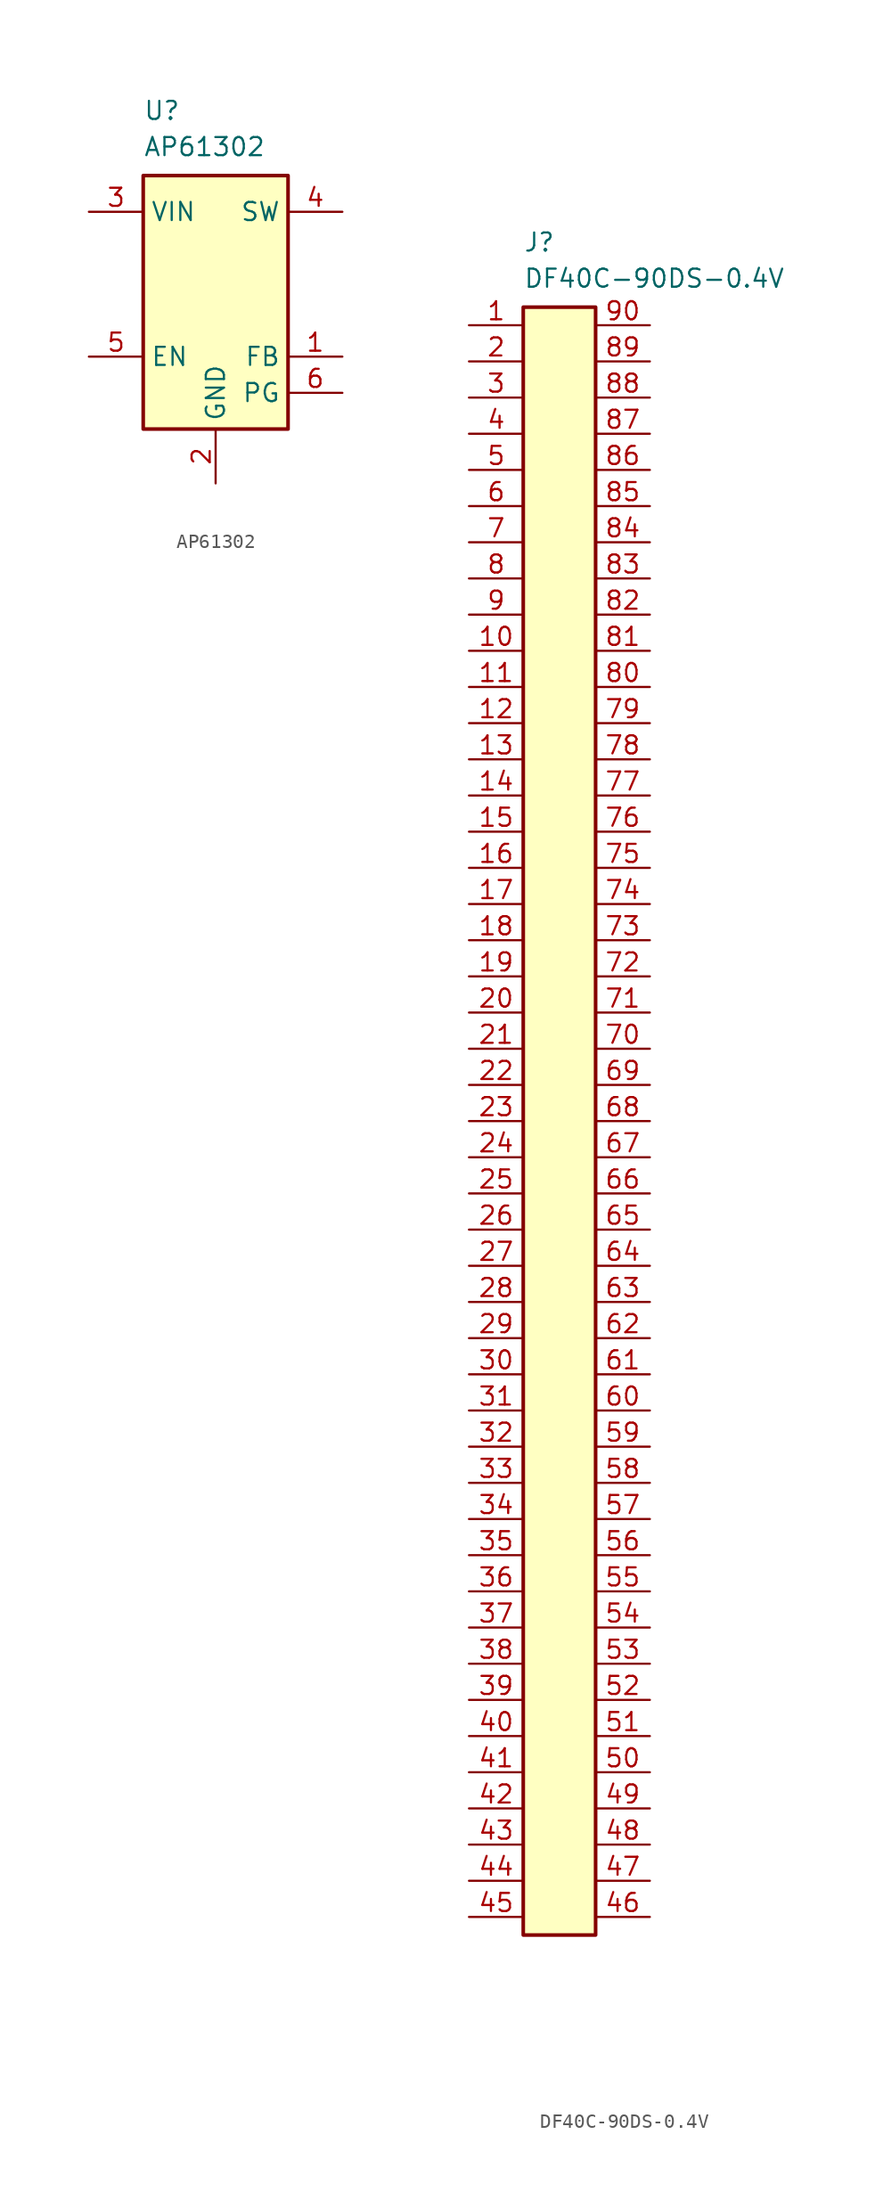
<source format=kicad_sym>
(kicad_symbol_lib
  (version 20241209)
  (generator "kicad_symbol_editor")
  (generator_version "9.0")
  (symbol "AP61302"
    (property "Reference" "U"
      (at 0 3.81 0)
      (effects (font (size 1.27 1.27)) (justify left bottom)))
    (property "Value" "AP61302"
      (at 0 1.27 0)
      (effects (font (size 1.27 1.27)) (justify left bottom)))
    (symbol "AP61302_0_1"
      (rectangle (start 0 0) (end 10.16 -17.78) (stroke (width 0.254) (type default)) (fill (type background))))
    (symbol "AP61302_1_1"
      (pin passive line (at -3.81 -2.54 0) (length 3.81) (name "VIN" (effects (font (size 1.27 1.27)))) (number "3" (effects (font (size 1.27 1.27)))))
      (pin passive line (at -3.81 -12.7 0) (length 3.81) (name "EN" (effects (font (size 1.27 1.27)))) (number "5" (effects (font (size 1.27 1.27)))))
      (pin passive line (at 5.08 -21.59 90) (length 3.81) (name "GND" (effects (font (size 1.27 1.27)))) (number "2" (effects (font (size 1.27 1.27)))))
      (pin passive line (at 13.97 -2.54 180) (length 3.81) (name "SW" (effects (font (size 1.27 1.27)))) (number "4" (effects (font (size 1.27 1.27)))))
      (pin passive line (at 13.97 -12.7 180) (length 3.81) (name "FB" (effects (font (size 1.27 1.27)))) (number "1" (effects (font (size 1.27 1.27)))))
      (pin open_collector line (at 13.97 -15.24 180) (length 3.81) (name "PG" (effects (font (size 1.27 1.27)))) (number "6" (effects (font (size 1.27 1.27)))))))
  (symbol "DF40C-90DS-0.4V"
    (property "Reference" "J"
      (at 0 3.81 0)
      (effects (font (size 1.27 1.27)) (justify left bottom)))
    (property "Value" "DF40C-90DS-0.4V"
      (at 0 1.27 0)
      (effects (font (size 1.27 1.27)) (justify left bottom)))
    (symbol "DF40C-90DS-0.4V_0_1"
      (rectangle (start 0 0) (end 5.08 -114.3) (stroke (width 0.254) (type default)) (fill (type background))))
    (symbol "DF40C-90DS-0.4V_1_1"
      (pin passive line (at -3.81 -1.27 0) (length 3.81) (name "" (effects (font (size 1.27 1.27)))) (number "1" (effects (font (size 1.27 1.27)))))
      (pin passive line (at -3.81 -3.81 0) (length 3.81) (name "" (effects (font (size 1.27 1.27)))) (number "2" (effects (font (size 1.27 1.27)))))
      (pin passive line (at -3.81 -6.35 0) (length 3.81) (name "" (effects (font (size 1.27 1.27)))) (number "3" (effects (font (size 1.27 1.27)))))
      (pin passive line (at -3.81 -8.89 0) (length 3.81) (name "" (effects (font (size 1.27 1.27)))) (number "4" (effects (font (size 1.27 1.27)))))
      (pin passive line (at -3.81 -11.43 0) (length 3.81) (name "" (effects (font (size 1.27 1.27)))) (number "5" (effects (font (size 1.27 1.27)))))
      (pin passive line (at -3.81 -13.97 0) (length 3.81) (name "" (effects (font (size 1.27 1.27)))) (number "6" (effects (font (size 1.27 1.27)))))
      (pin passive line (at -3.81 -16.51 0) (length 3.81) (name "" (effects (font (size 1.27 1.27)))) (number "7" (effects (font (size 1.27 1.27)))))
      (pin passive line (at -3.81 -19.05 0) (length 3.81) (name "" (effects (font (size 1.27 1.27)))) (number "8" (effects (font (size 1.27 1.27)))))
      (pin passive line (at -3.81 -21.59 0) (length 3.81) (name "" (effects (font (size 1.27 1.27)))) (number "9" (effects (font (size 1.27 1.27)))))
      (pin passive line (at -3.81 -24.13 0) (length 3.81) (name "" (effects (font (size 1.27 1.27)))) (number "10" (effects (font (size 1.27 1.27)))))
      (pin passive line (at -3.81 -26.67 0) (length 3.81) (name "" (effects (font (size 1.27 1.27)))) (number "11" (effects (font (size 1.27 1.27)))))
      (pin passive line (at -3.81 -29.21 0) (length 3.81) (name "" (effects (font (size 1.27 1.27)))) (number "12" (effects (font (size 1.27 1.27)))))
      (pin passive line (at -3.81 -31.75 0) (length 3.81) (name "" (effects (font (size 1.27 1.27)))) (number "13" (effects (font (size 1.27 1.27)))))
      (pin passive line (at -3.81 -34.29 0) (length 3.81) (name "" (effects (font (size 1.27 1.27)))) (number "14" (effects (font (size 1.27 1.27)))))
      (pin passive line (at -3.81 -36.83 0) (length 3.81) (name "" (effects (font (size 1.27 1.27)))) (number "15" (effects (font (size 1.27 1.27)))))
      (pin passive line (at -3.81 -39.37 0) (length 3.81) (name "" (effects (font (size 1.27 1.27)))) (number "16" (effects (font (size 1.27 1.27)))))
      (pin passive line (at -3.81 -41.91 0) (length 3.81) (name "" (effects (font (size 1.27 1.27)))) (number "17" (effects (font (size 1.27 1.27)))))
      (pin passive line (at -3.81 -44.45 0) (length 3.81) (name "" (effects (font (size 1.27 1.27)))) (number "18" (effects (font (size 1.27 1.27)))))
      (pin passive line (at -3.81 -46.99 0) (length 3.81) (name "" (effects (font (size 1.27 1.27)))) (number "19" (effects (font (size 1.27 1.27)))))
      (pin passive line (at -3.81 -49.53 0) (length 3.81) (name "" (effects (font (size 1.27 1.27)))) (number "20" (effects (font (size 1.27 1.27)))))
      (pin passive line (at -3.81 -52.07 0) (length 3.81) (name "" (effects (font (size 1.27 1.27)))) (number "21" (effects (font (size 1.27 1.27)))))
      (pin passive line (at -3.81 -54.61 0) (length 3.81) (name "" (effects (font (size 1.27 1.27)))) (number "22" (effects (font (size 1.27 1.27)))))
      (pin passive line (at -3.81 -57.15 0) (length 3.81) (name "" (effects (font (size 1.27 1.27)))) (number "23" (effects (font (size 1.27 1.27)))))
      (pin passive line (at -3.81 -59.69 0) (length 3.81) (name "" (effects (font (size 1.27 1.27)))) (number "24" (effects (font (size 1.27 1.27)))))
      (pin passive line (at -3.81 -62.23 0) (length 3.81) (name "" (effects (font (size 1.27 1.27)))) (number "25" (effects (font (size 1.27 1.27)))))
      (pin passive line (at -3.81 -64.77 0) (length 3.81) (name "" (effects (font (size 1.27 1.27)))) (number "26" (effects (font (size 1.27 1.27)))))
      (pin passive line (at -3.81 -67.31 0) (length 3.81) (name "" (effects (font (size 1.27 1.27)))) (number "27" (effects (font (size 1.27 1.27)))))
      (pin passive line (at -3.81 -69.85 0) (length 3.81) (name "" (effects (font (size 1.27 1.27)))) (number "28" (effects (font (size 1.27 1.27)))))
      (pin passive line (at -3.81 -72.39 0) (length 3.81) (name "" (effects (font (size 1.27 1.27)))) (number "29" (effects (font (size 1.27 1.27)))))
      (pin passive line (at -3.81 -74.93 0) (length 3.81) (name "" (effects (font (size 1.27 1.27)))) (number "30" (effects (font (size 1.27 1.27)))))
      (pin passive line (at -3.81 -77.47 0) (length 3.81) (name "" (effects (font (size 1.27 1.27)))) (number "31" (effects (font (size 1.27 1.27)))))
      (pin passive line (at -3.81 -80.01 0) (length 3.81) (name "" (effects (font (size 1.27 1.27)))) (number "32" (effects (font (size 1.27 1.27)))))
      (pin passive line (at -3.81 -82.55 0) (length 3.81) (name "" (effects (font (size 1.27 1.27)))) (number "33" (effects (font (size 1.27 1.27)))))
      (pin passive line (at -3.81 -85.09 0) (length 3.81) (name "" (effects (font (size 1.27 1.27)))) (number "34" (effects (font (size 1.27 1.27)))))
      (pin passive line (at -3.81 -87.63 0) (length 3.81) (name "" (effects (font (size 1.27 1.27)))) (number "35" (effects (font (size 1.27 1.27)))))
      (pin passive line (at -3.81 -90.17 0) (length 3.81) (name "" (effects (font (size 1.27 1.27)))) (number "36" (effects (font (size 1.27 1.27)))))
      (pin passive line (at -3.81 -92.71 0) (length 3.81) (name "" (effects (font (size 1.27 1.27)))) (number "37" (effects (font (size 1.27 1.27)))))
      (pin passive line (at -3.81 -95.25 0) (length 3.81) (name "" (effects (font (size 1.27 1.27)))) (number "38" (effects (font (size 1.27 1.27)))))
      (pin passive line (at -3.81 -97.79 0) (length 3.81) (name "" (effects (font (size 1.27 1.27)))) (number "39" (effects (font (size 1.27 1.27)))))
      (pin passive line (at -3.81 -100.33 0) (length 3.81) (name "" (effects (font (size 1.27 1.27)))) (number "40" (effects (font (size 1.27 1.27)))))
      (pin passive line (at -3.81 -102.87 0) (length 3.81) (name "" (effects (font (size 1.27 1.27)))) (number "41" (effects (font (size 1.27 1.27)))))
      (pin passive line (at -3.81 -105.41 0) (length 3.81) (name "" (effects (font (size 1.27 1.27)))) (number "42" (effects (font (size 1.27 1.27)))))
      (pin passive line (at -3.81 -107.95 0) (length 3.81) (name "" (effects (font (size 1.27 1.27)))) (number "43" (effects (font (size 1.27 1.27)))))
      (pin passive line (at -3.81 -110.49 0) (length 3.81) (name "" (effects (font (size 1.27 1.27)))) (number "44" (effects (font (size 1.27 1.27)))))
      (pin passive line (at -3.81 -113.03 0) (length 3.81) (name "" (effects (font (size 1.27 1.27)))) (number "45" (effects (font (size 1.27 1.27)))))
      (pin passive line (at 8.89 -1.27 180) (length 3.81) (name "" (effects (font (size 1.27 1.27)))) (number "90" (effects (font (size 1.27 1.27)))))
      (pin passive line (at 8.89 -3.81 180) (length 3.81) (name "" (effects (font (size 1.27 1.27)))) (number "89" (effects (font (size 1.27 1.27)))))
      (pin passive line (at 8.89 -6.35 180) (length 3.81) (name "" (effects (font (size 1.27 1.27)))) (number "88" (effects (font (size 1.27 1.27)))))
      (pin passive line (at 8.89 -8.89 180) (length 3.81) (name "" (effects (font (size 1.27 1.27)))) (number "87" (effects (font (size 1.27 1.27)))))
      (pin passive line (at 8.89 -11.43 180) (length 3.81) (name "" (effects (font (size 1.27 1.27)))) (number "86" (effects (font (size 1.27 1.27)))))
      (pin passive line (at 8.89 -13.97 180) (length 3.81) (name "" (effects (font (size 1.27 1.27)))) (number "85" (effects (font (size 1.27 1.27)))))
      (pin passive line (at 8.89 -16.51 180) (length 3.81) (name "" (effects (font (size 1.27 1.27)))) (number "84" (effects (font (size 1.27 1.27)))))
      (pin passive line (at 8.89 -19.05 180) (length 3.81) (name "" (effects (font (size 1.27 1.27)))) (number "83" (effects (font (size 1.27 1.27)))))
      (pin passive line (at 8.89 -21.59 180) (length 3.81) (name "" (effects (font (size 1.27 1.27)))) (number "82" (effects (font (size 1.27 1.27)))))
      (pin passive line (at 8.89 -24.13 180) (length 3.81) (name "" (effects (font (size 1.27 1.27)))) (number "81" (effects (font (size 1.27 1.27)))))
      (pin passive line (at 8.89 -26.67 180) (length 3.81) (name "" (effects (font (size 1.27 1.27)))) (number "80" (effects (font (size 1.27 1.27)))))
      (pin passive line (at 8.89 -29.21 180) (length 3.81) (name "" (effects (font (size 1.27 1.27)))) (number "79" (effects (font (size 1.27 1.27)))))
      (pin passive line (at 8.89 -31.75 180) (length 3.81) (name "" (effects (font (size 1.27 1.27)))) (number "78" (effects (font (size 1.27 1.27)))))
      (pin passive line (at 8.89 -34.29 180) (length 3.81) (name "" (effects (font (size 1.27 1.27)))) (number "77" (effects (font (size 1.27 1.27)))))
      (pin passive line (at 8.89 -36.83 180) (length 3.81) (name "" (effects (font (size 1.27 1.27)))) (number "76" (effects (font (size 1.27 1.27)))))
      (pin passive line (at 8.89 -39.37 180) (length 3.81) (name "" (effects (font (size 1.27 1.27)))) (number "75" (effects (font (size 1.27 1.27)))))
      (pin passive line (at 8.89 -41.91 180) (length 3.81) (name "" (effects (font (size 1.27 1.27)))) (number "74" (effects (font (size 1.27 1.27)))))
      (pin passive line (at 8.89 -44.45 180) (length 3.81) (name "" (effects (font (size 1.27 1.27)))) (number "73" (effects (font (size 1.27 1.27)))))
      (pin passive line (at 8.89 -46.99 180) (length 3.81) (name "" (effects (font (size 1.27 1.27)))) (number "72" (effects (font (size 1.27 1.27)))))
      (pin passive line (at 8.89 -49.53 180) (length 3.81) (name "" (effects (font (size 1.27 1.27)))) (number "71" (effects (font (size 1.27 1.27)))))
      (pin passive line (at 8.89 -52.07 180) (length 3.81) (name "" (effects (font (size 1.27 1.27)))) (number "70" (effects (font (size 1.27 1.27)))))
      (pin passive line (at 8.89 -54.61 180) (length 3.81) (name "" (effects (font (size 1.27 1.27)))) (number "69" (effects (font (size 1.27 1.27)))))
      (pin passive line (at 8.89 -57.15 180) (length 3.81) (name "" (effects (font (size 1.27 1.27)))) (number "68" (effects (font (size 1.27 1.27)))))
      (pin passive line (at 8.89 -59.69 180) (length 3.81) (name "" (effects (font (size 1.27 1.27)))) (number "67" (effects (font (size 1.27 1.27)))))
      (pin passive line (at 8.89 -62.23 180) (length 3.81) (name "" (effects (font (size 1.27 1.27)))) (number "66" (effects (font (size 1.27 1.27)))))
      (pin passive line (at 8.89 -64.77 180) (length 3.81) (name "" (effects (font (size 1.27 1.27)))) (number "65" (effects (font (size 1.27 1.27)))))
      (pin passive line (at 8.89 -67.31 180) (length 3.81) (name "" (effects (font (size 1.27 1.27)))) (number "64" (effects (font (size 1.27 1.27)))))
      (pin passive line (at 8.89 -69.85 180) (length 3.81) (name "" (effects (font (size 1.27 1.27)))) (number "63" (effects (font (size 1.27 1.27)))))
      (pin passive line (at 8.89 -72.39 180) (length 3.81) (name "" (effects (font (size 1.27 1.27)))) (number "62" (effects (font (size 1.27 1.27)))))
      (pin passive line (at 8.89 -74.93 180) (length 3.81) (name "" (effects (font (size 1.27 1.27)))) (number "61" (effects (font (size 1.27 1.27)))))
      (pin passive line (at 8.89 -77.47 180) (length 3.81) (name "" (effects (font (size 1.27 1.27)))) (number "60" (effects (font (size 1.27 1.27)))))
      (pin passive line (at 8.89 -80.01 180) (length 3.81) (name "" (effects (font (size 1.27 1.27)))) (number "59" (effects (font (size 1.27 1.27)))))
      (pin passive line (at 8.89 -82.55 180) (length 3.81) (name "" (effects (font (size 1.27 1.27)))) (number "58" (effects (font (size 1.27 1.27)))))
      (pin passive line (at 8.89 -85.09 180) (length 3.81) (name "" (effects (font (size 1.27 1.27)))) (number "57" (effects (font (size 1.27 1.27)))))
      (pin passive line (at 8.89 -87.63 180) (length 3.81) (name "" (effects (font (size 1.27 1.27)))) (number "56" (effects (font (size 1.27 1.27)))))
      (pin passive line (at 8.89 -90.17 180) (length 3.81) (name "" (effects (font (size 1.27 1.27)))) (number "55" (effects (font (size 1.27 1.27)))))
      (pin passive line (at 8.89 -92.71 180) (length 3.81) (name "" (effects (font (size 1.27 1.27)))) (number "54" (effects (font (size 1.27 1.27)))))
      (pin passive line (at 8.89 -95.25 180) (length 3.81) (name "" (effects (font (size 1.27 1.27)))) (number "53" (effects (font (size 1.27 1.27)))))
      (pin passive line (at 8.89 -97.79 180) (length 3.81) (name "" (effects (font (size 1.27 1.27)))) (number "52" (effects (font (size 1.27 1.27)))))
      (pin passive line (at 8.89 -100.33 180) (length 3.81) (name "" (effects (font (size 1.27 1.27)))) (number "51" (effects (font (size 1.27 1.27)))))
      (pin passive line (at 8.89 -102.87 180) (length 3.81) (name "" (effects (font (size 1.27 1.27)))) (number "50" (effects (font (size 1.27 1.27)))))
      (pin passive line (at 8.89 -105.41 180) (length 3.81) (name "" (effects (font (size 1.27 1.27)))) (number "49" (effects (font (size 1.27 1.27)))))
      (pin passive line (at 8.89 -107.95 180) (length 3.81) (name "" (effects (font (size 1.27 1.27)))) (number "48" (effects (font (size 1.27 1.27)))))
      (pin passive line (at 8.89 -110.49 180) (length 3.81) (name "" (effects (font (size 1.27 1.27)))) (number "47" (effects (font (size 1.27 1.27)))))
      (pin passive line (at 8.89 -113.03 180) (length 3.81) (name "" (effects (font (size 1.27 1.27)))) (number "46" (effects (font (size 1.27 1.27))))))))
</source>
